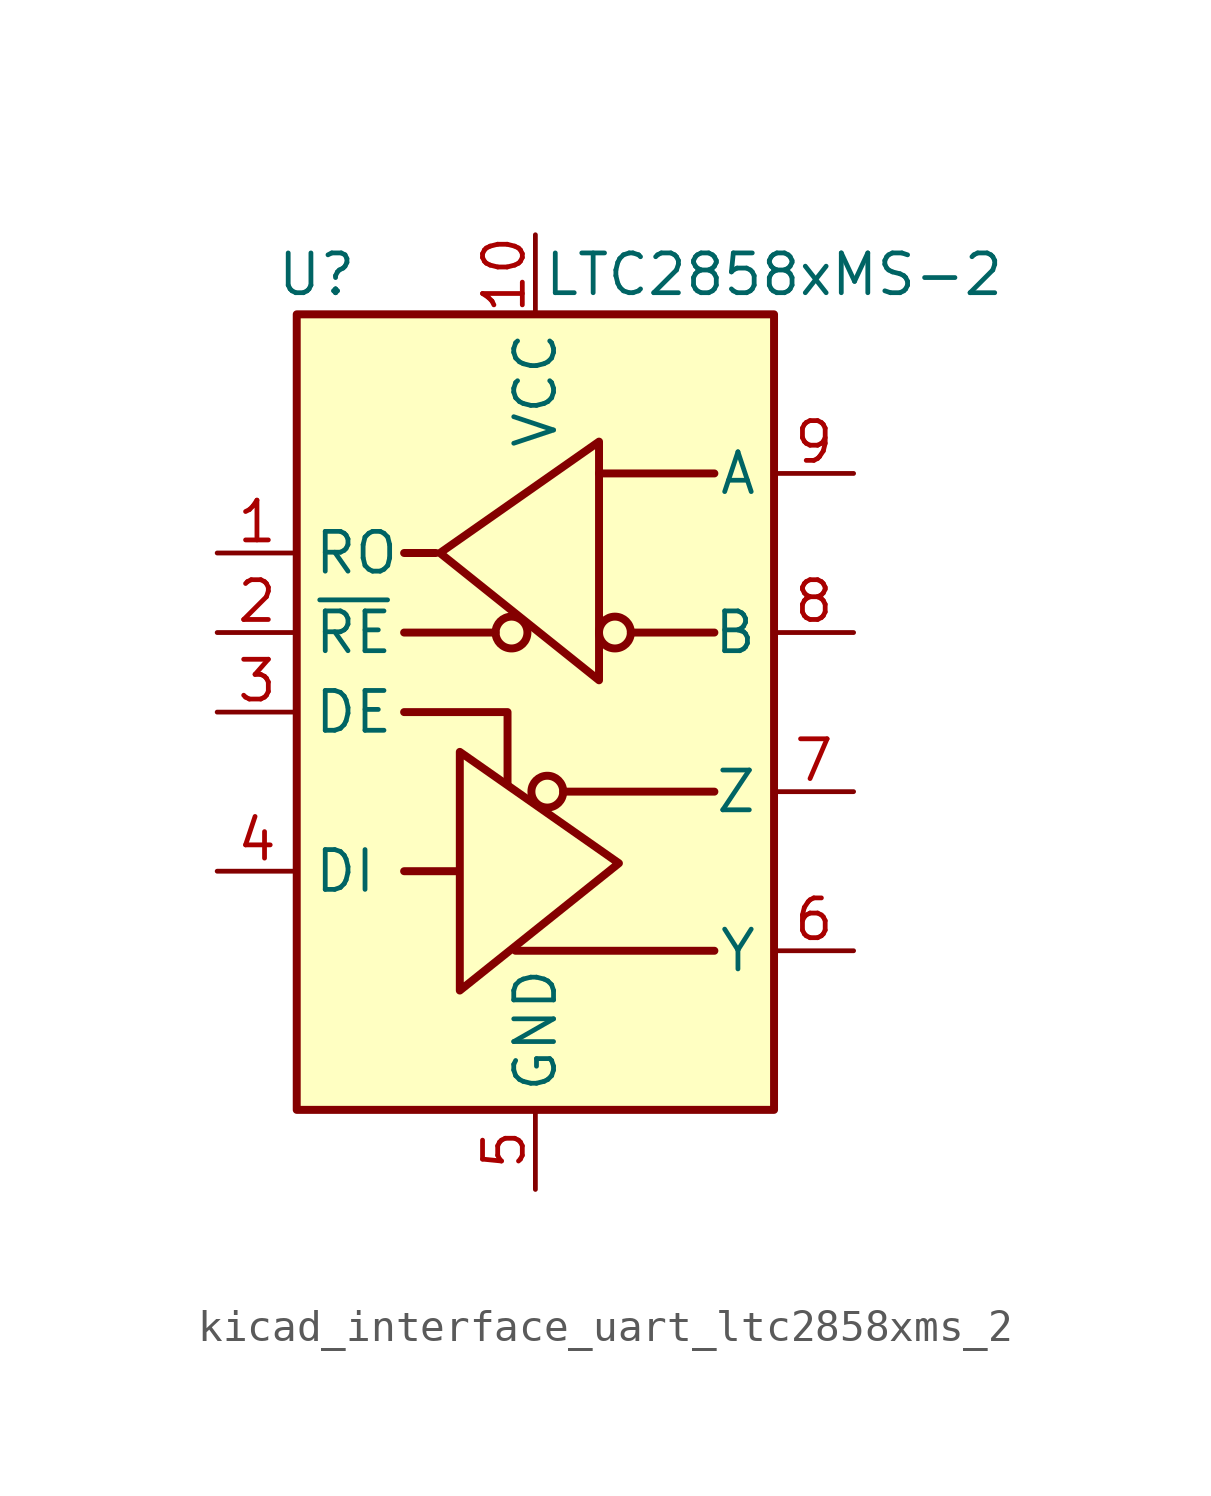
<source format=kicad_sym>
(kicad_symbol_lib
  (version 20220914)
  (generator kicad_symbol_editor)
  (symbol "kicad_interface_uart_ltc2858xms_2"
    (property "Reference" "U"
      (at -6.985 13.97 0)
      (effects (font (size 1.27 1.27))))
    (property "Value" "LTC2858xMS-2"
      (at 7.62 13.97 0)
      (effects (font (size 1.27 1.27))))
    (symbol "kicad_interface_uart_ltc2858xms_2_0_1"
      (rectangle (start -7.62 12.7) (end 7.62 -12.7) (stroke (width 0.254) (type default)) (fill (type background))))
    (symbol "kicad_interface_uart_ltc2858xms_2_1_1"
      (circle (center -0.762 2.54) (radius 0.508) (stroke (width 0.254) (type default)) (fill (type none)))
      (polyline (pts (xy -4.191 2.54) (xy -1.27 2.54)) (stroke (width 0.254) (type default)) (fill (type none)))
      (polyline (pts (xy -2.54 -5.08) (xy -4.191 -5.08)) (stroke (width 0.254) (type default)) (fill (type none)))
      (polyline (pts (xy -0.635 -7.62) (xy 5.715 -7.62)) (stroke (width 0.254) (type default)) (fill (type none)))
      (polyline (pts (xy 0.889 -2.54) (xy 5.715 -2.54)) (stroke (width 0.254) (type default)) (fill (type none)))
      (polyline (pts (xy 2.032 7.62) (xy 5.715 7.62)) (stroke (width 0.254) (type default)) (fill (type none)))
      (polyline (pts (xy 3.048 2.54) (xy 5.715 2.54)) (stroke (width 0.254) (type default)) (fill (type none)))
      (polyline (pts (xy -4.191 0) (xy -0.889 0) (xy -0.889 -2.286)) (stroke (width 0.254) (type default)) (fill (type none)))
      (polyline (pts (xy -3.175 5.08) (xy -4.191 5.08) (xy -4.064 5.08)) (stroke (width 0.254) (type default)) (fill (type none)))
      (polyline (pts (xy -2.413 -5.08) (xy -2.413 -1.27) (xy 2.667 -4.826) (xy -2.413 -8.89) (xy -2.413 -5.08)) (stroke (width 0.254) (type default)) (fill (type none)))
      (polyline (pts (xy 2.032 4.826) (xy 2.032 8.636) (xy -3.048 5.08) (xy 2.032 1.016) (xy 2.032 4.826)) (stroke (width 0.254) (type default)) (fill (type none)))
      (circle (center 0.381 -2.54) (radius 0.508) (stroke (width 0.254) (type default)) (fill (type none)))
      (circle (center 2.54 2.54) (radius 0.508) (stroke (width 0.254) (type default)) (fill (type none)))
      (pin output line (at -10.16 5.08 0) (length 2.54) (name "RO" (effects (font (size 1.27 1.27)))) (number "1" (effects (font (size 1.27 1.27)))))
      (pin power_in line (at 0 15.24 270) (length 2.54) (name "VCC" (effects (font (size 1.27 1.27)))) (number "10" (effects (font (size 1.27 1.27)))))
      (pin input line (at -10.16 2.54 0) (length 2.54) (name "~{RE}" (effects (font (size 1.27 1.27)))) (number "2" (effects (font (size 1.27 1.27)))))
      (pin input line (at -10.16 0 0) (length 2.54) (name "DE" (effects (font (size 1.27 1.27)))) (number "3" (effects (font (size 1.27 1.27)))))
      (pin input line (at -10.16 -5.08 0) (length 2.54) (name "DI" (effects (font (size 1.27 1.27)))) (number "4" (effects (font (size 1.27 1.27)))))
      (pin power_in line (at 0 -15.24 90) (length 2.54) (name "GND" (effects (font (size 1.27 1.27)))) (number "5" (effects (font (size 1.27 1.27)))))
      (pin output line (at 10.16 -7.62 180) (length 2.54) (name "Y" (effects (font (size 1.27 1.27)))) (number "6" (effects (font (size 1.27 1.27)))))
      (pin output line (at 10.16 -2.54 180) (length 2.54) (name "Z" (effects (font (size 1.27 1.27)))) (number "7" (effects (font (size 1.27 1.27)))))
      (pin input line (at 10.16 2.54 180) (length 2.54) (name "B" (effects (font (size 1.27 1.27)))) (number "8" (effects (font (size 1.27 1.27)))))
      (pin input line (at 10.16 7.62 180) (length 2.54) (name "A" (effects (font (size 1.27 1.27)))) (number "9" (effects (font (size 1.27 1.27))))))))
</source>
